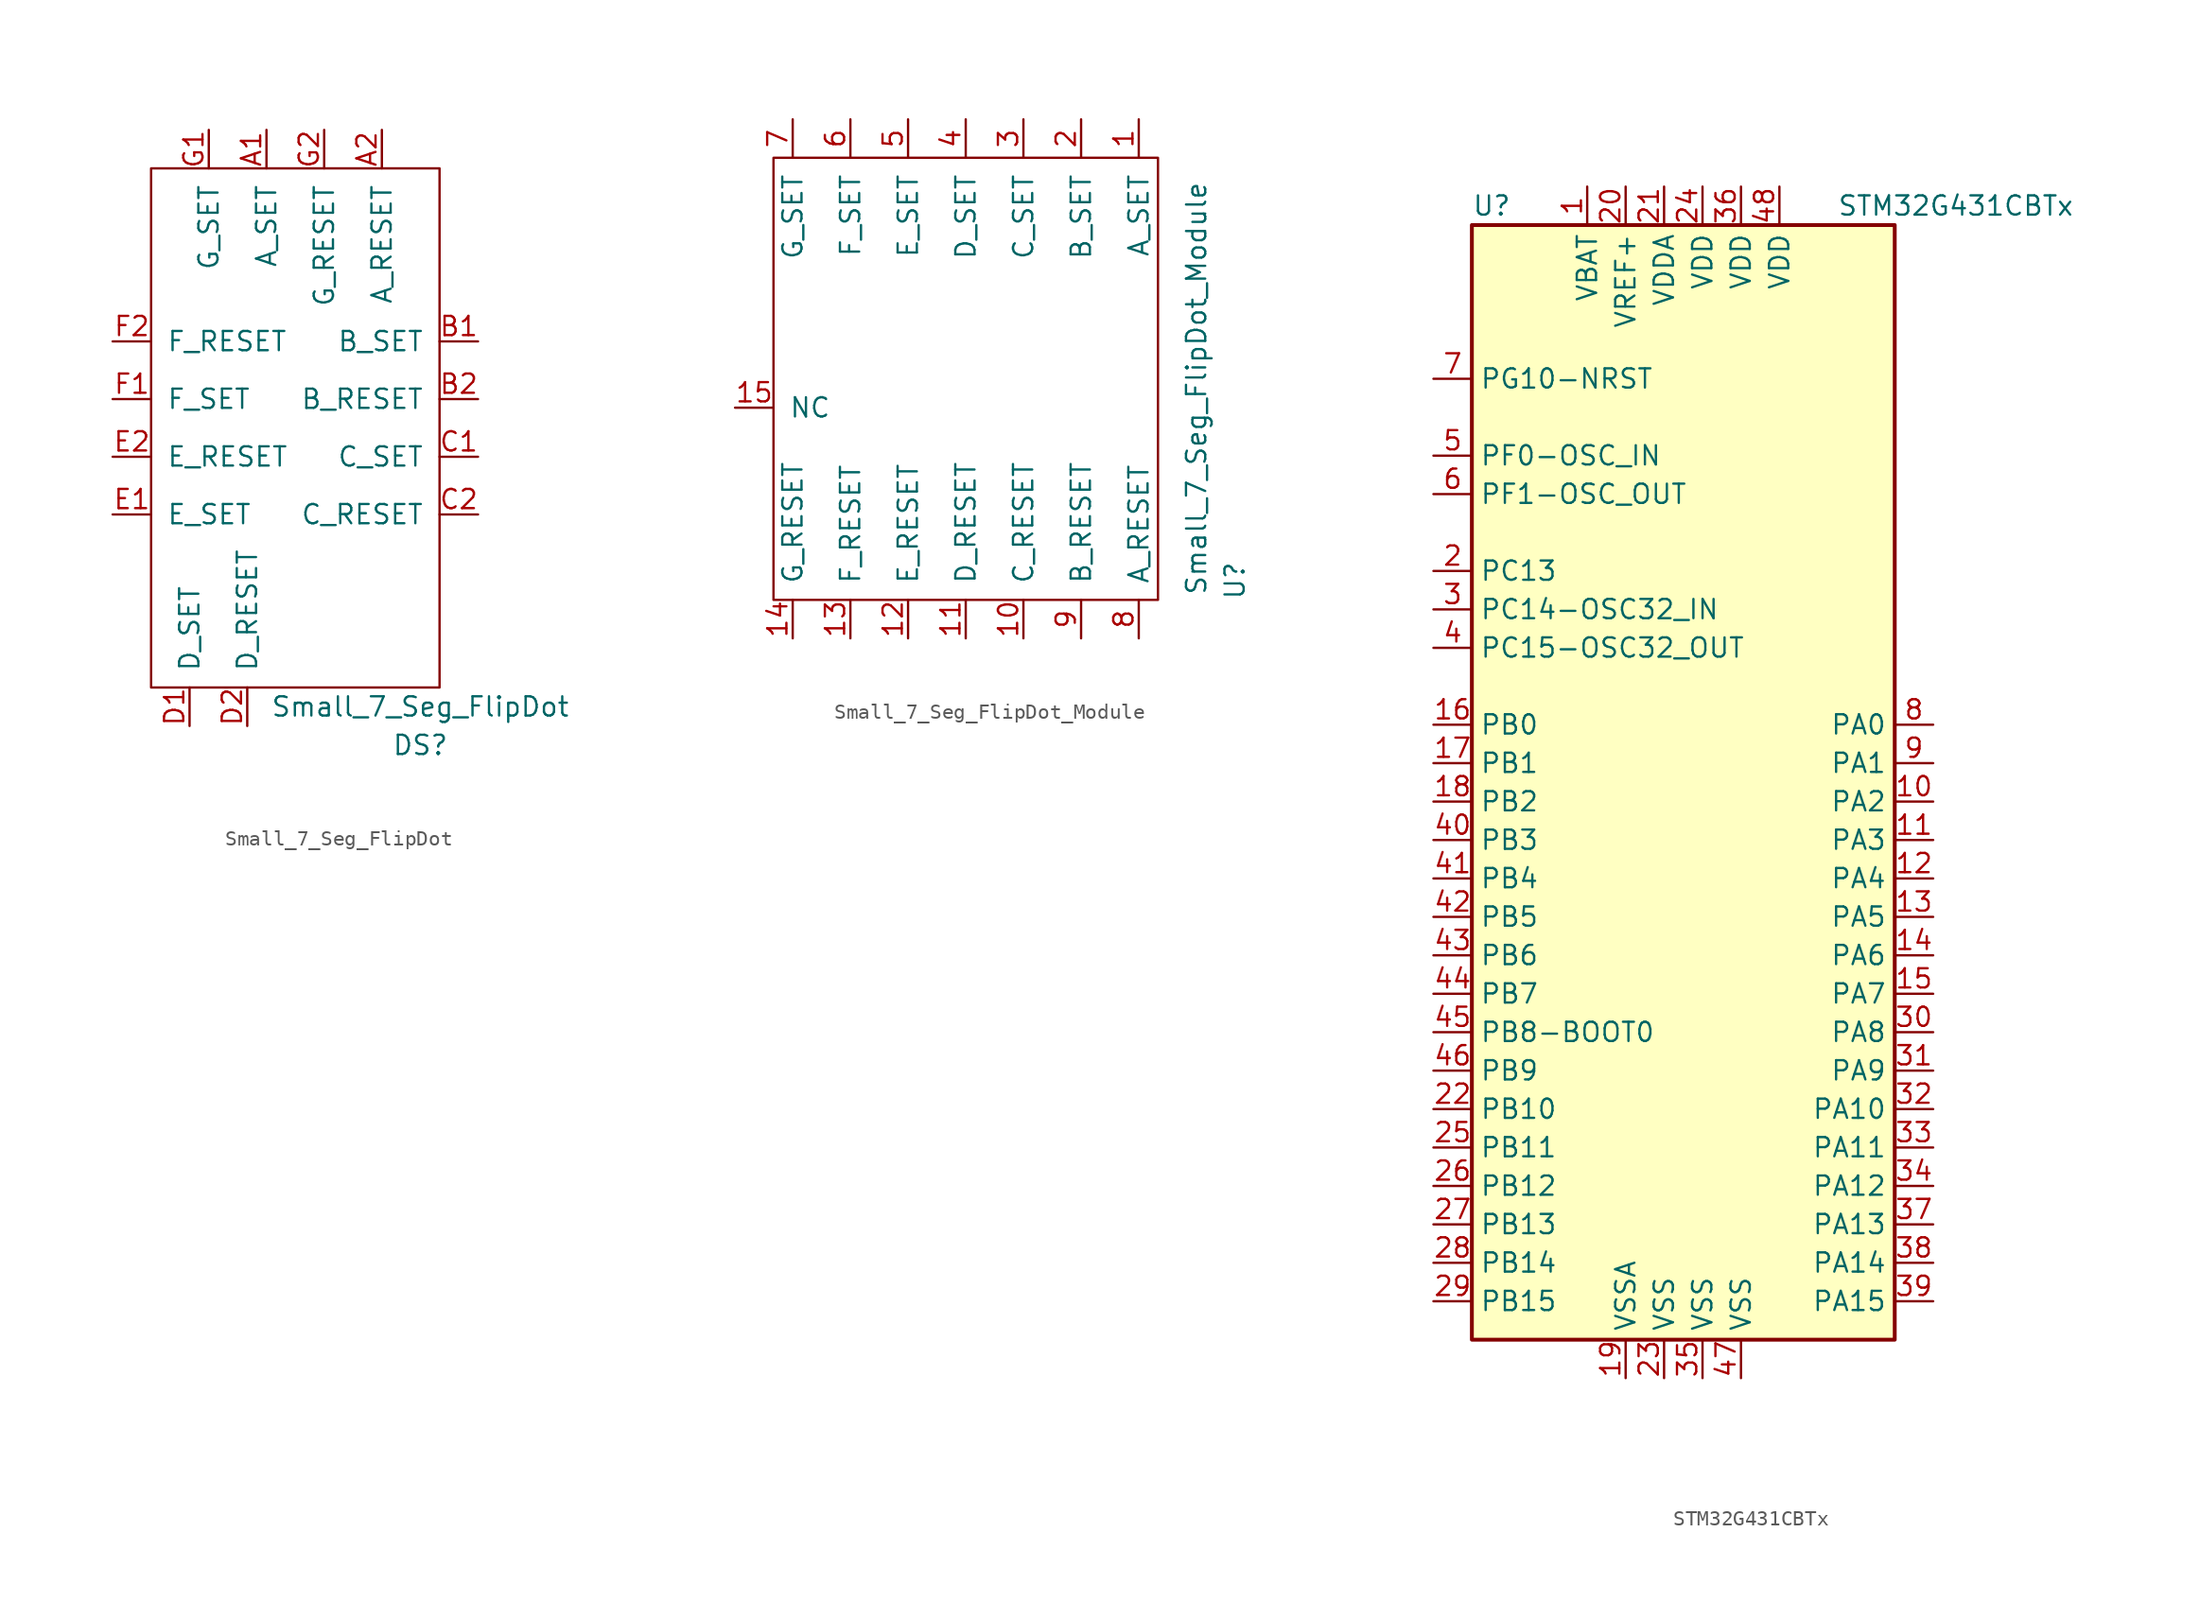
<source format=kicad_sym>
(kicad_symbol_lib
  (version 20220331)
  (generator kicad_symbol_editor)
  (symbol "Small_7_Seg_FlipDot"
    (pin_names
      (offset 1.016))
    (property "Reference" "DS"
      (at 12.7 -43.18 0)
      (effects (font (size 1.27 1.27))))
    (property "Value" "Small_7_Seg_FlipDot"
      (at 12.7 -40.64 0)
      (effects (font (size 1.27 1.27))))
    (symbol "Small_7_Seg_FlipDot_0_1"
      (rectangle (start -5.08 -5.08) (end 13.97 -39.37) (stroke (width 0) (type default)) (fill (type none))))
    (symbol "Small_7_Seg_FlipDot_1_1"
      (pin passive line (at 2.54 -2.54 270) (length 2.54) (name "A_SET" (effects (font (size 1.27 1.27)))) (number "A1" (effects (font (size 1.27 1.27)))))
      (pin passive line (at 10.16 -2.54 270) (length 2.54) (name "A_RESET" (effects (font (size 1.27 1.27)))) (number "A2" (effects (font (size 1.27 1.27)))))
      (pin passive line (at 16.51 -16.51 180) (length 2.54) (name "B_SET" (effects (font (size 1.27 1.27)))) (number "B1" (effects (font (size 1.27 1.27)))))
      (pin passive line (at 16.51 -20.32 180) (length 2.54) (name "B_RESET" (effects (font (size 1.27 1.27)))) (number "B2" (effects (font (size 1.27 1.27)))))
      (pin passive line (at 16.51 -24.13 180) (length 2.54) (name "C_SET" (effects (font (size 1.27 1.27)))) (number "C1" (effects (font (size 1.27 1.27)))))
      (pin passive line (at 16.51 -27.94 180) (length 2.54) (name "C_RESET" (effects (font (size 1.27 1.27)))) (number "C2" (effects (font (size 1.27 1.27)))))
      (pin passive line (at -2.54 -41.91 90) (length 2.54) (name "D_SET" (effects (font (size 1.27 1.27)))) (number "D1" (effects (font (size 1.27 1.27)))))
      (pin passive line (at 1.27 -41.91 90) (length 2.54) (name "D_RESET" (effects (font (size 1.27 1.27)))) (number "D2" (effects (font (size 1.27 1.27)))))
      (pin passive line (at -7.62 -27.94 0) (length 2.54) (name "E_SET" (effects (font (size 1.27 1.27)))) (number "E1" (effects (font (size 1.27 1.27)))))
      (pin passive line (at -7.62 -24.13 0) (length 2.54) (name "E_RESET" (effects (font (size 1.27 1.27)))) (number "E2" (effects (font (size 1.27 1.27)))))
      (pin passive line (at -7.62 -20.32 0) (length 2.54) (name "F_SET" (effects (font (size 1.27 1.27)))) (number "F1" (effects (font (size 1.27 1.27)))))
      (pin passive line (at -7.62 -16.51 0) (length 2.54) (name "F_RESET" (effects (font (size 1.27 1.27)))) (number "F2" (effects (font (size 1.27 1.27)))))
      (pin passive line (at -1.27 -2.54 270) (length 2.54) (name "G_SET" (effects (font (size 1.27 1.27)))) (number "G1" (effects (font (size 1.27 1.27)))))
      (pin passive line (at 6.35 -2.54 270) (length 2.54) (name "G_RESET" (effects (font (size 1.27 1.27)))) (number "G2" (effects (font (size 1.27 1.27)))))))
  (symbol "Small_7_Seg_FlipDot_Module"
    (pin_names
      (offset 1.016))
    (property "Reference" "U"
      (at 17.78 -30.48 90)
      (effects (font (size 1.27 1.27))))
    (property "Value" "Small_7_Seg_FlipDot_Module"
      (at 15.24 -17.78 90)
      (effects (font (size 1.27 1.27))))
    (symbol "Small_7_Seg_FlipDot_Module_0_1"
      (rectangle (start -12.7 -2.54) (end 12.7 -31.75) (stroke (width 0) (type default)) (fill (type none))))
    (symbol "Small_7_Seg_FlipDot_Module_1_1"
      (pin input line (at 11.43 0 270) (length 2.54) (name "A_SET" (effects (font (size 1.27 1.27)))) (number "1" (effects (font (size 1.27 1.27)))))
      (pin input line (at 3.81 -34.29 90) (length 2.54) (name "C_RESET" (effects (font (size 1.27 1.27)))) (number "10" (effects (font (size 1.27 1.27)))))
      (pin input line (at 0 -34.29 90) (length 2.54) (name "D_RESET" (effects (font (size 1.27 1.27)))) (number "11" (effects (font (size 1.27 1.27)))))
      (pin input line (at -3.81 -34.29 90) (length 2.54) (name "E_RESET" (effects (font (size 1.27 1.27)))) (number "12" (effects (font (size 1.27 1.27)))))
      (pin input line (at -7.62 -34.29 90) (length 2.54) (name "F_RESET" (effects (font (size 1.27 1.27)))) (number "13" (effects (font (size 1.27 1.27)))))
      (pin input line (at -11.43 -34.29 90) (length 2.54) (name "G_RESET" (effects (font (size 1.27 1.27)))) (number "14" (effects (font (size 1.27 1.27)))))
      (pin input line (at -15.24 -19.05 0) (length 2.54) (name "NC" (effects (font (size 1.27 1.27)))) (number "15" (effects (font (size 1.27 1.27)))))
      (pin input line (at 7.62 0 270) (length 2.54) (name "B_SET" (effects (font (size 1.27 1.27)))) (number "2" (effects (font (size 1.27 1.27)))))
      (pin input line (at 3.81 0 270) (length 2.54) (name "C_SET" (effects (font (size 1.27 1.27)))) (number "3" (effects (font (size 1.27 1.27)))))
      (pin input line (at 0 0 270) (length 2.54) (name "D_SET" (effects (font (size 1.27 1.27)))) (number "4" (effects (font (size 1.27 1.27)))))
      (pin input line (at -3.81 0 270) (length 2.54) (name "E_SET" (effects (font (size 1.27 1.27)))) (number "5" (effects (font (size 1.27 1.27)))))
      (pin input line (at -7.62 0 270) (length 2.54) (name "F_SET" (effects (font (size 1.27 1.27)))) (number "6" (effects (font (size 1.27 1.27)))))
      (pin input line (at -11.43 0 270) (length 2.54) (name "G_SET" (effects (font (size 1.27 1.27)))) (number "7" (effects (font (size 1.27 1.27)))))
      (pin input line (at 11.43 -34.29 90) (length 2.54) (name "A_RESET" (effects (font (size 1.27 1.27)))) (number "8" (effects (font (size 1.27 1.27)))))
      (pin input line (at 7.62 -34.29 90) (length 2.54) (name "B_RESET" (effects (font (size 1.27 1.27)))) (number "9" (effects (font (size 1.27 1.27)))))))
  (symbol "STM32G431CBTx"
    (property "Reference" "U"
      (at -15.24 39.37 0)
      (effects (font (size 1.27 1.27)) (justify left)))
    (property "Value" "STM32G431CBTx"
      (at 8.89 39.37 0)
      (effects (font (size 1.27 1.27)) (justify left)))
    (symbol "STM32G431CBTx_0_1"
      (rectangle (start -15.24 38.1) (end 12.7 -35.56) (stroke (width 0.254) (type default)) (fill (type background))))
    (symbol "STM32G431CBTx_1_1"
      (pin power_in line (at -7.62 40.64 270) (length 2.54) (name "VBAT" (effects (font (size 1.27 1.27)))) (number "1" (effects (font (size 1.27 1.27)))))
      (pin bidirectional line (at 15.24 0 180) (length 2.54) (name "PA2" (effects (font (size 1.27 1.27)))) (number "10" (effects (font (size 1.27 1.27)))))
      (pin bidirectional line (at 15.24 -2.54 180) (length 2.54) (name "PA3" (effects (font (size 1.27 1.27)))) (number "11" (effects (font (size 1.27 1.27)))))
      (pin bidirectional line (at 15.24 -5.08 180) (length 2.54) (name "PA4" (effects (font (size 1.27 1.27)))) (number "12" (effects (font (size 1.27 1.27)))))
      (pin bidirectional line (at 15.24 -7.62 180) (length 2.54) (name "PA5" (effects (font (size 1.27 1.27)))) (number "13" (effects (font (size 1.27 1.27)))))
      (pin bidirectional line (at 15.24 -10.16 180) (length 2.54) (name "PA6" (effects (font (size 1.27 1.27)))) (number "14" (effects (font (size 1.27 1.27)))))
      (pin bidirectional line (at 15.24 -12.7 180) (length 2.54) (name "PA7" (effects (font (size 1.27 1.27)))) (number "15" (effects (font (size 1.27 1.27)))))
      (pin bidirectional line (at -17.78 5.08 0) (length 2.54) (name "PB0" (effects (font (size 1.27 1.27)))) (number "16" (effects (font (size 1.27 1.27)))))
      (pin bidirectional line (at -17.78 2.54 0) (length 2.54) (name "PB1" (effects (font (size 1.27 1.27)))) (number "17" (effects (font (size 1.27 1.27)))))
      (pin bidirectional line (at -17.78 0 0) (length 2.54) (name "PB2" (effects (font (size 1.27 1.27)))) (number "18" (effects (font (size 1.27 1.27)))))
      (pin power_in line (at -5.08 -38.1 90) (length 2.54) (name "VSSA" (effects (font (size 1.27 1.27)))) (number "19" (effects (font (size 1.27 1.27)))))
      (pin bidirectional line (at -17.78 15.24 0) (length 2.54) (name "PC13" (effects (font (size 1.27 1.27)))) (number "2" (effects (font (size 1.27 1.27)))))
      (pin power_in line (at -5.08 40.64 270) (length 2.54) (name "VREF+" (effects (font (size 1.27 1.27)))) (number "20" (effects (font (size 1.27 1.27)))))
      (pin power_in line (at -2.54 40.64 270) (length 2.54) (name "VDDA" (effects (font (size 1.27 1.27)))) (number "21" (effects (font (size 1.27 1.27)))))
      (pin bidirectional line (at -17.78 -20.32 0) (length 2.54) (name "PB10" (effects (font (size 1.27 1.27)))) (number "22" (effects (font (size 1.27 1.27)))))
      (pin power_in line (at -2.54 -38.1 90) (length 2.54) (name "VSS" (effects (font (size 1.27 1.27)))) (number "23" (effects (font (size 1.27 1.27)))))
      (pin power_in line (at 0 40.64 270) (length 2.54) (name "VDD" (effects (font (size 1.27 1.27)))) (number "24" (effects (font (size 1.27 1.27)))))
      (pin bidirectional line (at -17.78 -22.86 0) (length 2.54) (name "PB11" (effects (font (size 1.27 1.27)))) (number "25" (effects (font (size 1.27 1.27)))))
      (pin bidirectional line (at -17.78 -25.4 0) (length 2.54) (name "PB12" (effects (font (size 1.27 1.27)))) (number "26" (effects (font (size 1.27 1.27)))))
      (pin bidirectional line (at -17.78 -27.94 0) (length 2.54) (name "PB13" (effects (font (size 1.27 1.27)))) (number "27" (effects (font (size 1.27 1.27)))))
      (pin bidirectional line (at -17.78 -30.48 0) (length 2.54) (name "PB14" (effects (font (size 1.27 1.27)))) (number "28" (effects (font (size 1.27 1.27)))))
      (pin bidirectional line (at -17.78 -33.02 0) (length 2.54) (name "PB15" (effects (font (size 1.27 1.27)))) (number "29" (effects (font (size 1.27 1.27)))))
      (pin bidirectional line (at -17.78 12.7 0) (length 2.54) (name "PC14-OSC32_IN" (effects (font (size 1.27 1.27)))) (number "3" (effects (font (size 1.27 1.27)))))
      (pin bidirectional line (at 15.24 -15.24 180) (length 2.54) (name "PA8" (effects (font (size 1.27 1.27)))) (number "30" (effects (font (size 1.27 1.27)))))
      (pin bidirectional line (at 15.24 -17.78 180) (length 2.54) (name "PA9" (effects (font (size 1.27 1.27)))) (number "31" (effects (font (size 1.27 1.27)))))
      (pin bidirectional line (at 15.24 -20.32 180) (length 2.54) (name "PA10" (effects (font (size 1.27 1.27)))) (number "32" (effects (font (size 1.27 1.27)))))
      (pin bidirectional line (at 15.24 -22.86 180) (length 2.54) (name "PA11" (effects (font (size 1.27 1.27)))) (number "33" (effects (font (size 1.27 1.27)))))
      (pin bidirectional line (at 15.24 -25.4 180) (length 2.54) (name "PA12" (effects (font (size 1.27 1.27)))) (number "34" (effects (font (size 1.27 1.27)))))
      (pin power_in line (at 0 -38.1 90) (length 2.54) (name "VSS" (effects (font (size 1.27 1.27)))) (number "35" (effects (font (size 1.27 1.27)))))
      (pin power_in line (at 2.54 40.64 270) (length 2.54) (name "VDD" (effects (font (size 1.27 1.27)))) (number "36" (effects (font (size 1.27 1.27)))))
      (pin bidirectional line (at 15.24 -27.94 180) (length 2.54) (name "PA13" (effects (font (size 1.27 1.27)))) (number "37" (effects (font (size 1.27 1.27)))))
      (pin bidirectional line (at 15.24 -30.48 180) (length 2.54) (name "PA14" (effects (font (size 1.27 1.27)))) (number "38" (effects (font (size 1.27 1.27)))))
      (pin bidirectional line (at 15.24 -33.02 180) (length 2.54) (name "PA15" (effects (font (size 1.27 1.27)))) (number "39" (effects (font (size 1.27 1.27)))))
      (pin bidirectional line (at -17.78 10.16 0) (length 2.54) (name "PC15-OSC32_OUT" (effects (font (size 1.27 1.27)))) (number "4" (effects (font (size 1.27 1.27)))))
      (pin bidirectional line (at -17.78 -2.54 0) (length 2.54) (name "PB3" (effects (font (size 1.27 1.27)))) (number "40" (effects (font (size 1.27 1.27)))))
      (pin bidirectional line (at -17.78 -5.08 0) (length 2.54) (name "PB4" (effects (font (size 1.27 1.27)))) (number "41" (effects (font (size 1.27 1.27)))))
      (pin bidirectional line (at -17.78 -7.62 0) (length 2.54) (name "PB5" (effects (font (size 1.27 1.27)))) (number "42" (effects (font (size 1.27 1.27)))))
      (pin bidirectional line (at -17.78 -10.16 0) (length 2.54) (name "PB6" (effects (font (size 1.27 1.27)))) (number "43" (effects (font (size 1.27 1.27)))))
      (pin bidirectional line (at -17.78 -12.7 0) (length 2.54) (name "PB7" (effects (font (size 1.27 1.27)))) (number "44" (effects (font (size 1.27 1.27)))))
      (pin bidirectional line (at -17.78 -15.24 0) (length 2.54) (name "PB8-BOOT0" (effects (font (size 1.27 1.27)))) (number "45" (effects (font (size 1.27 1.27)))))
      (pin bidirectional line (at -17.78 -17.78 0) (length 2.54) (name "PB9" (effects (font (size 1.27 1.27)))) (number "46" (effects (font (size 1.27 1.27)))))
      (pin power_in line (at 2.54 -38.1 90) (length 2.54) (name "VSS" (effects (font (size 1.27 1.27)))) (number "47" (effects (font (size 1.27 1.27)))))
      (pin power_in line (at 5.08 40.64 270) (length 2.54) (name "VDD" (effects (font (size 1.27 1.27)))) (number "48" (effects (font (size 1.27 1.27)))))
      (pin bidirectional line (at -17.78 22.86 0) (length 2.54) (name "PF0-OSC_IN" (effects (font (size 1.27 1.27)))) (number "5" (effects (font (size 1.27 1.27)))))
      (pin bidirectional line (at -17.78 20.32 0) (length 2.54) (name "PF1-OSC_OUT" (effects (font (size 1.27 1.27)))) (number "6" (effects (font (size 1.27 1.27)))))
      (pin bidirectional line (at -17.78 27.94 0) (length 2.54) (name "PG10-NRST" (effects (font (size 1.27 1.27)))) (number "7" (effects (font (size 1.27 1.27)))))
      (pin bidirectional line (at 15.24 5.08 180) (length 2.54) (name "PA0" (effects (font (size 1.27 1.27)))) (number "8" (effects (font (size 1.27 1.27)))))
      (pin bidirectional line (at 15.24 2.54 180) (length 2.54) (name "PA1" (effects (font (size 1.27 1.27)))) (number "9" (effects (font (size 1.27 1.27))))))))
</source>
